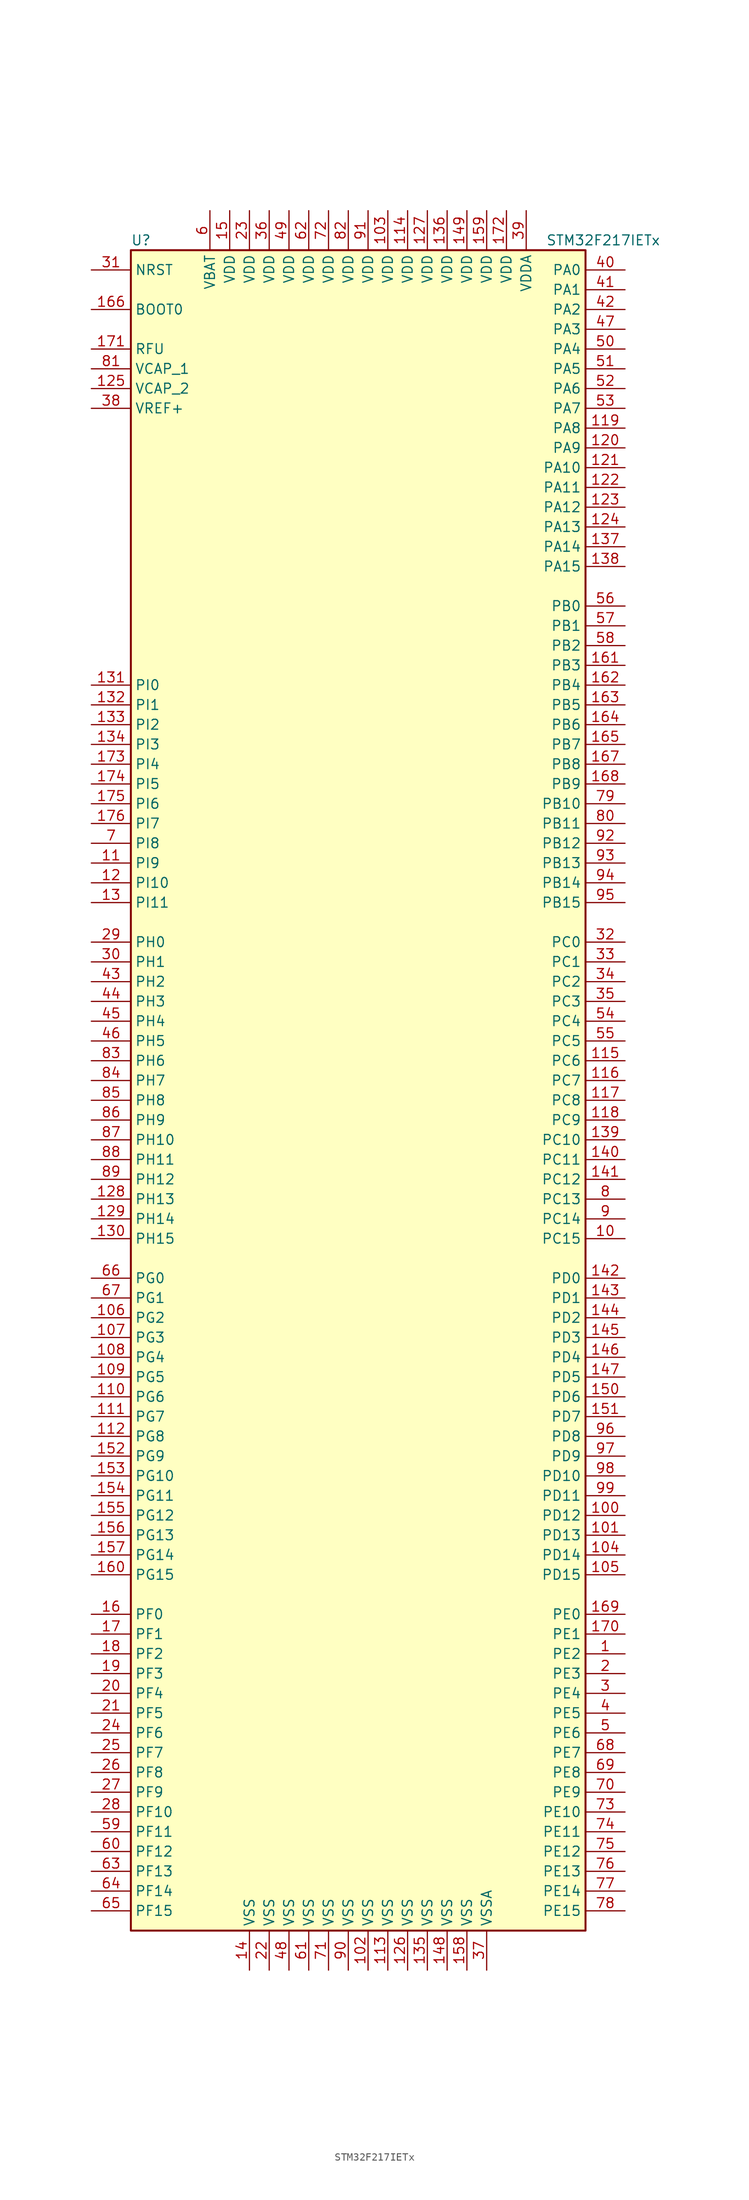
<source format=kicad_sym>
(kicad_symbol_lib
  (version 20201005)
  (generator kicad_symbol_editor)
  (symbol "STM32F217IETx"
    (property "Reference" "U"
      (at -30.48 107.95 0)
      (effects (font (size 1.27 1.27)) (justify left)))
    (property "Value" "STM32F217IETx"
      (at 22.86 107.95 0)
      (effects (font (size 1.27 1.27)) (justify left)))
    (symbol "STM32F217IETx_0_1"
      (rectangle (start -30.48 -109.22) (end 27.94 106.68) (stroke (width 0.254)) (fill (type background))))
    (symbol "STM32F217IETx_1_1"
      (pin bidirectional line (at 33.02 -73.66 180) (length 5.08) (name "PE2" (effects (font (size 1.27 1.27)))) (number "1" (effects (font (size 1.27 1.27)))))
      (pin bidirectional line (at 33.02 -20.32 180) (length 5.08) (name "PC15" (effects (font (size 1.27 1.27)))) (number "10" (effects (font (size 1.27 1.27)))))
      (pin bidirectional line (at 33.02 -55.88 180) (length 5.08) (name "PD12" (effects (font (size 1.27 1.27)))) (number "100" (effects (font (size 1.27 1.27)))))
      (pin bidirectional line (at 33.02 -58.42 180) (length 5.08) (name "PD13" (effects (font (size 1.27 1.27)))) (number "101" (effects (font (size 1.27 1.27)))))
      (pin power_in line (at 0 -114.3 90) (length 5.08) (name "VSS" (effects (font (size 1.27 1.27)))) (number "102" (effects (font (size 1.27 1.27)))))
      (pin power_in line (at 2.54 111.76 270) (length 5.08) (name "VDD" (effects (font (size 1.27 1.27)))) (number "103" (effects (font (size 1.27 1.27)))))
      (pin bidirectional line (at 33.02 -60.96 180) (length 5.08) (name "PD14" (effects (font (size 1.27 1.27)))) (number "104" (effects (font (size 1.27 1.27)))))
      (pin bidirectional line (at 33.02 -63.5 180) (length 5.08) (name "PD15" (effects (font (size 1.27 1.27)))) (number "105" (effects (font (size 1.27 1.27)))))
      (pin bidirectional line (at -35.56 -30.48 0) (length 5.08) (name "PG2" (effects (font (size 1.27 1.27)))) (number "106" (effects (font (size 1.27 1.27)))))
      (pin bidirectional line (at -35.56 -33.02 0) (length 5.08) (name "PG3" (effects (font (size 1.27 1.27)))) (number "107" (effects (font (size 1.27 1.27)))))
      (pin bidirectional line (at -35.56 -35.56 0) (length 5.08) (name "PG4" (effects (font (size 1.27 1.27)))) (number "108" (effects (font (size 1.27 1.27)))))
      (pin bidirectional line (at -35.56 -38.1 0) (length 5.08) (name "PG5" (effects (font (size 1.27 1.27)))) (number "109" (effects (font (size 1.27 1.27)))))
      (pin bidirectional line (at -35.56 27.94 0) (length 5.08) (name "PI9" (effects (font (size 1.27 1.27)))) (number "11" (effects (font (size 1.27 1.27)))))
      (pin bidirectional line (at -35.56 -40.64 0) (length 5.08) (name "PG6" (effects (font (size 1.27 1.27)))) (number "110" (effects (font (size 1.27 1.27)))))
      (pin bidirectional line (at -35.56 -43.18 0) (length 5.08) (name "PG7" (effects (font (size 1.27 1.27)))) (number "111" (effects (font (size 1.27 1.27)))))
      (pin bidirectional line (at -35.56 -45.72 0) (length 5.08) (name "PG8" (effects (font (size 1.27 1.27)))) (number "112" (effects (font (size 1.27 1.27)))))
      (pin power_in line (at 2.54 -114.3 90) (length 5.08) (name "VSS" (effects (font (size 1.27 1.27)))) (number "113" (effects (font (size 1.27 1.27)))))
      (pin power_in line (at 5.08 111.76 270) (length 5.08) (name "VDD" (effects (font (size 1.27 1.27)))) (number "114" (effects (font (size 1.27 1.27)))))
      (pin bidirectional line (at 33.02 2.54 180) (length 5.08) (name "PC6" (effects (font (size 1.27 1.27)))) (number "115" (effects (font (size 1.27 1.27)))))
      (pin bidirectional line (at 33.02 0 180) (length 5.08) (name "PC7" (effects (font (size 1.27 1.27)))) (number "116" (effects (font (size 1.27 1.27)))))
      (pin bidirectional line (at 33.02 -2.54 180) (length 5.08) (name "PC8" (effects (font (size 1.27 1.27)))) (number "117" (effects (font (size 1.27 1.27)))))
      (pin bidirectional line (at 33.02 -5.08 180) (length 5.08) (name "PC9" (effects (font (size 1.27 1.27)))) (number "118" (effects (font (size 1.27 1.27)))))
      (pin bidirectional line (at 33.02 83.82 180) (length 5.08) (name "PA8" (effects (font (size 1.27 1.27)))) (number "119" (effects (font (size 1.27 1.27)))))
      (pin bidirectional line (at -35.56 25.4 0) (length 5.08) (name "PI10" (effects (font (size 1.27 1.27)))) (number "12" (effects (font (size 1.27 1.27)))))
      (pin bidirectional line (at 33.02 81.28 180) (length 5.08) (name "PA9" (effects (font (size 1.27 1.27)))) (number "120" (effects (font (size 1.27 1.27)))))
      (pin bidirectional line (at 33.02 78.74 180) (length 5.08) (name "PA10" (effects (font (size 1.27 1.27)))) (number "121" (effects (font (size 1.27 1.27)))))
      (pin bidirectional line (at 33.02 76.2 180) (length 5.08) (name "PA11" (effects (font (size 1.27 1.27)))) (number "122" (effects (font (size 1.27 1.27)))))
      (pin bidirectional line (at 33.02 73.66 180) (length 5.08) (name "PA12" (effects (font (size 1.27 1.27)))) (number "123" (effects (font (size 1.27 1.27)))))
      (pin bidirectional line (at 33.02 71.12 180) (length 5.08) (name "PA13" (effects (font (size 1.27 1.27)))) (number "124" (effects (font (size 1.27 1.27)))))
      (pin power_in line (at -35.56 88.9 0) (length 5.08) (name "VCAP_2" (effects (font (size 1.27 1.27)))) (number "125" (effects (font (size 1.27 1.27)))))
      (pin power_in line (at 5.08 -114.3 90) (length 5.08) (name "VSS" (effects (font (size 1.27 1.27)))) (number "126" (effects (font (size 1.27 1.27)))))
      (pin power_in line (at 7.62 111.76 270) (length 5.08) (name "VDD" (effects (font (size 1.27 1.27)))) (number "127" (effects (font (size 1.27 1.27)))))
      (pin bidirectional line (at -35.56 -15.24 0) (length 5.08) (name "PH13" (effects (font (size 1.27 1.27)))) (number "128" (effects (font (size 1.27 1.27)))))
      (pin bidirectional line (at -35.56 -17.78 0) (length 5.08) (name "PH14" (effects (font (size 1.27 1.27)))) (number "129" (effects (font (size 1.27 1.27)))))
      (pin bidirectional line (at -35.56 22.86 0) (length 5.08) (name "PI11" (effects (font (size 1.27 1.27)))) (number "13" (effects (font (size 1.27 1.27)))))
      (pin bidirectional line (at -35.56 -20.32 0) (length 5.08) (name "PH15" (effects (font (size 1.27 1.27)))) (number "130" (effects (font (size 1.27 1.27)))))
      (pin bidirectional line (at -35.56 50.8 0) (length 5.08) (name "PI0" (effects (font (size 1.27 1.27)))) (number "131" (effects (font (size 1.27 1.27)))))
      (pin bidirectional line (at -35.56 48.26 0) (length 5.08) (name "PI1" (effects (font (size 1.27 1.27)))) (number "132" (effects (font (size 1.27 1.27)))))
      (pin bidirectional line (at -35.56 45.72 0) (length 5.08) (name "PI2" (effects (font (size 1.27 1.27)))) (number "133" (effects (font (size 1.27 1.27)))))
      (pin bidirectional line (at -35.56 43.18 0) (length 5.08) (name "PI3" (effects (font (size 1.27 1.27)))) (number "134" (effects (font (size 1.27 1.27)))))
      (pin power_in line (at 7.62 -114.3 90) (length 5.08) (name "VSS" (effects (font (size 1.27 1.27)))) (number "135" (effects (font (size 1.27 1.27)))))
      (pin power_in line (at 10.16 111.76 270) (length 5.08) (name "VDD" (effects (font (size 1.27 1.27)))) (number "136" (effects (font (size 1.27 1.27)))))
      (pin bidirectional line (at 33.02 68.58 180) (length 5.08) (name "PA14" (effects (font (size 1.27 1.27)))) (number "137" (effects (font (size 1.27 1.27)))))
      (pin bidirectional line (at 33.02 66.04 180) (length 5.08) (name "PA15" (effects (font (size 1.27 1.27)))) (number "138" (effects (font (size 1.27 1.27)))))
      (pin bidirectional line (at 33.02 -7.62 180) (length 5.08) (name "PC10" (effects (font (size 1.27 1.27)))) (number "139" (effects (font (size 1.27 1.27)))))
      (pin power_in line (at -15.24 -114.3 90) (length 5.08) (name "VSS" (effects (font (size 1.27 1.27)))) (number "14" (effects (font (size 1.27 1.27)))))
      (pin bidirectional line (at 33.02 -10.16 180) (length 5.08) (name "PC11" (effects (font (size 1.27 1.27)))) (number "140" (effects (font (size 1.27 1.27)))))
      (pin bidirectional line (at 33.02 -12.7 180) (length 5.08) (name "PC12" (effects (font (size 1.27 1.27)))) (number "141" (effects (font (size 1.27 1.27)))))
      (pin bidirectional line (at 33.02 -25.4 180) (length 5.08) (name "PD0" (effects (font (size 1.27 1.27)))) (number "142" (effects (font (size 1.27 1.27)))))
      (pin bidirectional line (at 33.02 -27.94 180) (length 5.08) (name "PD1" (effects (font (size 1.27 1.27)))) (number "143" (effects (font (size 1.27 1.27)))))
      (pin bidirectional line (at 33.02 -30.48 180) (length 5.08) (name "PD2" (effects (font (size 1.27 1.27)))) (number "144" (effects (font (size 1.27 1.27)))))
      (pin bidirectional line (at 33.02 -33.02 180) (length 5.08) (name "PD3" (effects (font (size 1.27 1.27)))) (number "145" (effects (font (size 1.27 1.27)))))
      (pin bidirectional line (at 33.02 -35.56 180) (length 5.08) (name "PD4" (effects (font (size 1.27 1.27)))) (number "146" (effects (font (size 1.27 1.27)))))
      (pin bidirectional line (at 33.02 -38.1 180) (length 5.08) (name "PD5" (effects (font (size 1.27 1.27)))) (number "147" (effects (font (size 1.27 1.27)))))
      (pin power_in line (at 10.16 -114.3 90) (length 5.08) (name "VSS" (effects (font (size 1.27 1.27)))) (number "148" (effects (font (size 1.27 1.27)))))
      (pin power_in line (at 12.7 111.76 270) (length 5.08) (name "VDD" (effects (font (size 1.27 1.27)))) (number "149" (effects (font (size 1.27 1.27)))))
      (pin power_in line (at -17.78 111.76 270) (length 5.08) (name "VDD" (effects (font (size 1.27 1.27)))) (number "15" (effects (font (size 1.27 1.27)))))
      (pin bidirectional line (at 33.02 -40.64 180) (length 5.08) (name "PD6" (effects (font (size 1.27 1.27)))) (number "150" (effects (font (size 1.27 1.27)))))
      (pin bidirectional line (at 33.02 -43.18 180) (length 5.08) (name "PD7" (effects (font (size 1.27 1.27)))) (number "151" (effects (font (size 1.27 1.27)))))
      (pin bidirectional line (at -35.56 -48.26 0) (length 5.08) (name "PG9" (effects (font (size 1.27 1.27)))) (number "152" (effects (font (size 1.27 1.27)))))
      (pin bidirectional line (at -35.56 -50.8 0) (length 5.08) (name "PG10" (effects (font (size 1.27 1.27)))) (number "153" (effects (font (size 1.27 1.27)))))
      (pin bidirectional line (at -35.56 -53.34 0) (length 5.08) (name "PG11" (effects (font (size 1.27 1.27)))) (number "154" (effects (font (size 1.27 1.27)))))
      (pin bidirectional line (at -35.56 -55.88 0) (length 5.08) (name "PG12" (effects (font (size 1.27 1.27)))) (number "155" (effects (font (size 1.27 1.27)))))
      (pin bidirectional line (at -35.56 -58.42 0) (length 5.08) (name "PG13" (effects (font (size 1.27 1.27)))) (number "156" (effects (font (size 1.27 1.27)))))
      (pin bidirectional line (at -35.56 -60.96 0) (length 5.08) (name "PG14" (effects (font (size 1.27 1.27)))) (number "157" (effects (font (size 1.27 1.27)))))
      (pin power_in line (at 12.7 -114.3 90) (length 5.08) (name "VSS" (effects (font (size 1.27 1.27)))) (number "158" (effects (font (size 1.27 1.27)))))
      (pin power_in line (at 15.24 111.76 270) (length 5.08) (name "VDD" (effects (font (size 1.27 1.27)))) (number "159" (effects (font (size 1.27 1.27)))))
      (pin bidirectional line (at -35.56 -68.58 0) (length 5.08) (name "PF0" (effects (font (size 1.27 1.27)))) (number "16" (effects (font (size 1.27 1.27)))))
      (pin bidirectional line (at -35.56 -63.5 0) (length 5.08) (name "PG15" (effects (font (size 1.27 1.27)))) (number "160" (effects (font (size 1.27 1.27)))))
      (pin bidirectional line (at 33.02 53.34 180) (length 5.08) (name "PB3" (effects (font (size 1.27 1.27)))) (number "161" (effects (font (size 1.27 1.27)))))
      (pin bidirectional line (at 33.02 50.8 180) (length 5.08) (name "PB4" (effects (font (size 1.27 1.27)))) (number "162" (effects (font (size 1.27 1.27)))))
      (pin bidirectional line (at 33.02 48.26 180) (length 5.08) (name "PB5" (effects (font (size 1.27 1.27)))) (number "163" (effects (font (size 1.27 1.27)))))
      (pin bidirectional line (at 33.02 45.72 180) (length 5.08) (name "PB6" (effects (font (size 1.27 1.27)))) (number "164" (effects (font (size 1.27 1.27)))))
      (pin bidirectional line (at 33.02 43.18 180) (length 5.08) (name "PB7" (effects (font (size 1.27 1.27)))) (number "165" (effects (font (size 1.27 1.27)))))
      (pin input line (at -35.56 99.06 0) (length 5.08) (name "BOOT0" (effects (font (size 1.27 1.27)))) (number "166" (effects (font (size 1.27 1.27)))))
      (pin bidirectional line (at 33.02 40.64 180) (length 5.08) (name "PB8" (effects (font (size 1.27 1.27)))) (number "167" (effects (font (size 1.27 1.27)))))
      (pin bidirectional line (at 33.02 38.1 180) (length 5.08) (name "PB9" (effects (font (size 1.27 1.27)))) (number "168" (effects (font (size 1.27 1.27)))))
      (pin bidirectional line (at 33.02 -68.58 180) (length 5.08) (name "PE0" (effects (font (size 1.27 1.27)))) (number "169" (effects (font (size 1.27 1.27)))))
      (pin bidirectional line (at -35.56 -71.12 0) (length 5.08) (name "PF1" (effects (font (size 1.27 1.27)))) (number "17" (effects (font (size 1.27 1.27)))))
      (pin bidirectional line (at 33.02 -71.12 180) (length 5.08) (name "PE1" (effects (font (size 1.27 1.27)))) (number "170" (effects (font (size 1.27 1.27)))))
      (pin power_in line (at -35.56 93.98 0) (length 5.08) (name "RFU" (effects (font (size 1.27 1.27)))) (number "171" (effects (font (size 1.27 1.27)))))
      (pin power_in line (at 17.78 111.76 270) (length 5.08) (name "VDD" (effects (font (size 1.27 1.27)))) (number "172" (effects (font (size 1.27 1.27)))))
      (pin bidirectional line (at -35.56 40.64 0) (length 5.08) (name "PI4" (effects (font (size 1.27 1.27)))) (number "173" (effects (font (size 1.27 1.27)))))
      (pin bidirectional line (at -35.56 38.1 0) (length 5.08) (name "PI5" (effects (font (size 1.27 1.27)))) (number "174" (effects (font (size 1.27 1.27)))))
      (pin bidirectional line (at -35.56 35.56 0) (length 5.08) (name "PI6" (effects (font (size 1.27 1.27)))) (number "175" (effects (font (size 1.27 1.27)))))
      (pin bidirectional line (at -35.56 33.02 0) (length 5.08) (name "PI7" (effects (font (size 1.27 1.27)))) (number "176" (effects (font (size 1.27 1.27)))))
      (pin bidirectional line (at -35.56 -73.66 0) (length 5.08) (name "PF2" (effects (font (size 1.27 1.27)))) (number "18" (effects (font (size 1.27 1.27)))))
      (pin bidirectional line (at -35.56 -76.2 0) (length 5.08) (name "PF3" (effects (font (size 1.27 1.27)))) (number "19" (effects (font (size 1.27 1.27)))))
      (pin bidirectional line (at 33.02 -76.2 180) (length 5.08) (name "PE3" (effects (font (size 1.27 1.27)))) (number "2" (effects (font (size 1.27 1.27)))))
      (pin bidirectional line (at -35.56 -78.74 0) (length 5.08) (name "PF4" (effects (font (size 1.27 1.27)))) (number "20" (effects (font (size 1.27 1.27)))))
      (pin bidirectional line (at -35.56 -81.28 0) (length 5.08) (name "PF5" (effects (font (size 1.27 1.27)))) (number "21" (effects (font (size 1.27 1.27)))))
      (pin power_in line (at -12.7 -114.3 90) (length 5.08) (name "VSS" (effects (font (size 1.27 1.27)))) (number "22" (effects (font (size 1.27 1.27)))))
      (pin power_in line (at -15.24 111.76 270) (length 5.08) (name "VDD" (effects (font (size 1.27 1.27)))) (number "23" (effects (font (size 1.27 1.27)))))
      (pin bidirectional line (at -35.56 -83.82 0) (length 5.08) (name "PF6" (effects (font (size 1.27 1.27)))) (number "24" (effects (font (size 1.27 1.27)))))
      (pin bidirectional line (at -35.56 -86.36 0) (length 5.08) (name "PF7" (effects (font (size 1.27 1.27)))) (number "25" (effects (font (size 1.27 1.27)))))
      (pin bidirectional line (at -35.56 -88.9 0) (length 5.08) (name "PF8" (effects (font (size 1.27 1.27)))) (number "26" (effects (font (size 1.27 1.27)))))
      (pin bidirectional line (at -35.56 -91.44 0) (length 5.08) (name "PF9" (effects (font (size 1.27 1.27)))) (number "27" (effects (font (size 1.27 1.27)))))
      (pin bidirectional line (at -35.56 -93.98 0) (length 5.08) (name "PF10" (effects (font (size 1.27 1.27)))) (number "28" (effects (font (size 1.27 1.27)))))
      (pin input line (at -35.56 17.78 0) (length 5.08) (name "PH0" (effects (font (size 1.27 1.27)))) (number "29" (effects (font (size 1.27 1.27)))))
      (pin bidirectional line (at 33.02 -78.74 180) (length 5.08) (name "PE4" (effects (font (size 1.27 1.27)))) (number "3" (effects (font (size 1.27 1.27)))))
      (pin input line (at -35.56 15.24 0) (length 5.08) (name "PH1" (effects (font (size 1.27 1.27)))) (number "30" (effects (font (size 1.27 1.27)))))
      (pin input line (at -35.56 104.14 0) (length 5.08) (name "NRST" (effects (font (size 1.27 1.27)))) (number "31" (effects (font (size 1.27 1.27)))))
      (pin bidirectional line (at 33.02 17.78 180) (length 5.08) (name "PC0" (effects (font (size 1.27 1.27)))) (number "32" (effects (font (size 1.27 1.27)))))
      (pin bidirectional line (at 33.02 15.24 180) (length 5.08) (name "PC1" (effects (font (size 1.27 1.27)))) (number "33" (effects (font (size 1.27 1.27)))))
      (pin bidirectional line (at 33.02 12.7 180) (length 5.08) (name "PC2" (effects (font (size 1.27 1.27)))) (number "34" (effects (font (size 1.27 1.27)))))
      (pin bidirectional line (at 33.02 10.16 180) (length 5.08) (name "PC3" (effects (font (size 1.27 1.27)))) (number "35" (effects (font (size 1.27 1.27)))))
      (pin power_in line (at -12.7 111.76 270) (length 5.08) (name "VDD" (effects (font (size 1.27 1.27)))) (number "36" (effects (font (size 1.27 1.27)))))
      (pin power_in line (at 15.24 -114.3 90) (length 5.08) (name "VSSA" (effects (font (size 1.27 1.27)))) (number "37" (effects (font (size 1.27 1.27)))))
      (pin power_in line (at -35.56 86.36 0) (length 5.08) (name "VREF+" (effects (font (size 1.27 1.27)))) (number "38" (effects (font (size 1.27 1.27)))))
      (pin power_in line (at 20.32 111.76 270) (length 5.08) (name "VDDA" (effects (font (size 1.27 1.27)))) (number "39" (effects (font (size 1.27 1.27)))))
      (pin bidirectional line (at 33.02 -81.28 180) (length 5.08) (name "PE5" (effects (font (size 1.27 1.27)))) (number "4" (effects (font (size 1.27 1.27)))))
      (pin bidirectional line (at 33.02 104.14 180) (length 5.08) (name "PA0" (effects (font (size 1.27 1.27)))) (number "40" (effects (font (size 1.27 1.27)))))
      (pin bidirectional line (at 33.02 101.6 180) (length 5.08) (name "PA1" (effects (font (size 1.27 1.27)))) (number "41" (effects (font (size 1.27 1.27)))))
      (pin bidirectional line (at 33.02 99.06 180) (length 5.08) (name "PA2" (effects (font (size 1.27 1.27)))) (number "42" (effects (font (size 1.27 1.27)))))
      (pin bidirectional line (at -35.56 12.7 0) (length 5.08) (name "PH2" (effects (font (size 1.27 1.27)))) (number "43" (effects (font (size 1.27 1.27)))))
      (pin bidirectional line (at -35.56 10.16 0) (length 5.08) (name "PH3" (effects (font (size 1.27 1.27)))) (number "44" (effects (font (size 1.27 1.27)))))
      (pin bidirectional line (at -35.56 7.62 0) (length 5.08) (name "PH4" (effects (font (size 1.27 1.27)))) (number "45" (effects (font (size 1.27 1.27)))))
      (pin bidirectional line (at -35.56 5.08 0) (length 5.08) (name "PH5" (effects (font (size 1.27 1.27)))) (number "46" (effects (font (size 1.27 1.27)))))
      (pin bidirectional line (at 33.02 96.52 180) (length 5.08) (name "PA3" (effects (font (size 1.27 1.27)))) (number "47" (effects (font (size 1.27 1.27)))))
      (pin power_in line (at -10.16 -114.3 90) (length 5.08) (name "VSS" (effects (font (size 1.27 1.27)))) (number "48" (effects (font (size 1.27 1.27)))))
      (pin power_in line (at -10.16 111.76 270) (length 5.08) (name "VDD" (effects (font (size 1.27 1.27)))) (number "49" (effects (font (size 1.27 1.27)))))
      (pin bidirectional line (at 33.02 -83.82 180) (length 5.08) (name "PE6" (effects (font (size 1.27 1.27)))) (number "5" (effects (font (size 1.27 1.27)))))
      (pin bidirectional line (at 33.02 93.98 180) (length 5.08) (name "PA4" (effects (font (size 1.27 1.27)))) (number "50" (effects (font (size 1.27 1.27)))))
      (pin bidirectional line (at 33.02 91.44 180) (length 5.08) (name "PA5" (effects (font (size 1.27 1.27)))) (number "51" (effects (font (size 1.27 1.27)))))
      (pin bidirectional line (at 33.02 88.9 180) (length 5.08) (name "PA6" (effects (font (size 1.27 1.27)))) (number "52" (effects (font (size 1.27 1.27)))))
      (pin bidirectional line (at 33.02 86.36 180) (length 5.08) (name "PA7" (effects (font (size 1.27 1.27)))) (number "53" (effects (font (size 1.27 1.27)))))
      (pin bidirectional line (at 33.02 7.62 180) (length 5.08) (name "PC4" (effects (font (size 1.27 1.27)))) (number "54" (effects (font (size 1.27 1.27)))))
      (pin bidirectional line (at 33.02 5.08 180) (length 5.08) (name "PC5" (effects (font (size 1.27 1.27)))) (number "55" (effects (font (size 1.27 1.27)))))
      (pin bidirectional line (at 33.02 60.96 180) (length 5.08) (name "PB0" (effects (font (size 1.27 1.27)))) (number "56" (effects (font (size 1.27 1.27)))))
      (pin bidirectional line (at 33.02 58.42 180) (length 5.08) (name "PB1" (effects (font (size 1.27 1.27)))) (number "57" (effects (font (size 1.27 1.27)))))
      (pin bidirectional line (at 33.02 55.88 180) (length 5.08) (name "PB2" (effects (font (size 1.27 1.27)))) (number "58" (effects (font (size 1.27 1.27)))))
      (pin bidirectional line (at -35.56 -96.52 0) (length 5.08) (name "PF11" (effects (font (size 1.27 1.27)))) (number "59" (effects (font (size 1.27 1.27)))))
      (pin power_in line (at -20.32 111.76 270) (length 5.08) (name "VBAT" (effects (font (size 1.27 1.27)))) (number "6" (effects (font (size 1.27 1.27)))))
      (pin bidirectional line (at -35.56 -99.06 0) (length 5.08) (name "PF12" (effects (font (size 1.27 1.27)))) (number "60" (effects (font (size 1.27 1.27)))))
      (pin power_in line (at -7.62 -114.3 90) (length 5.08) (name "VSS" (effects (font (size 1.27 1.27)))) (number "61" (effects (font (size 1.27 1.27)))))
      (pin power_in line (at -7.62 111.76 270) (length 5.08) (name "VDD" (effects (font (size 1.27 1.27)))) (number "62" (effects (font (size 1.27 1.27)))))
      (pin bidirectional line (at -35.56 -101.6 0) (length 5.08) (name "PF13" (effects (font (size 1.27 1.27)))) (number "63" (effects (font (size 1.27 1.27)))))
      (pin bidirectional line (at -35.56 -104.14 0) (length 5.08) (name "PF14" (effects (font (size 1.27 1.27)))) (number "64" (effects (font (size 1.27 1.27)))))
      (pin bidirectional line (at -35.56 -106.68 0) (length 5.08) (name "PF15" (effects (font (size 1.27 1.27)))) (number "65" (effects (font (size 1.27 1.27)))))
      (pin bidirectional line (at -35.56 -25.4 0) (length 5.08) (name "PG0" (effects (font (size 1.27 1.27)))) (number "66" (effects (font (size 1.27 1.27)))))
      (pin bidirectional line (at -35.56 -27.94 0) (length 5.08) (name "PG1" (effects (font (size 1.27 1.27)))) (number "67" (effects (font (size 1.27 1.27)))))
      (pin bidirectional line (at 33.02 -86.36 180) (length 5.08) (name "PE7" (effects (font (size 1.27 1.27)))) (number "68" (effects (font (size 1.27 1.27)))))
      (pin bidirectional line (at 33.02 -88.9 180) (length 5.08) (name "PE8" (effects (font (size 1.27 1.27)))) (number "69" (effects (font (size 1.27 1.27)))))
      (pin bidirectional line (at -35.56 30.48 0) (length 5.08) (name "PI8" (effects (font (size 1.27 1.27)))) (number "7" (effects (font (size 1.27 1.27)))))
      (pin bidirectional line (at 33.02 -91.44 180) (length 5.08) (name "PE9" (effects (font (size 1.27 1.27)))) (number "70" (effects (font (size 1.27 1.27)))))
      (pin power_in line (at -5.08 -114.3 90) (length 5.08) (name "VSS" (effects (font (size 1.27 1.27)))) (number "71" (effects (font (size 1.27 1.27)))))
      (pin power_in line (at -5.08 111.76 270) (length 5.08) (name "VDD" (effects (font (size 1.27 1.27)))) (number "72" (effects (font (size 1.27 1.27)))))
      (pin bidirectional line (at 33.02 -93.98 180) (length 5.08) (name "PE10" (effects (font (size 1.27 1.27)))) (number "73" (effects (font (size 1.27 1.27)))))
      (pin bidirectional line (at 33.02 -96.52 180) (length 5.08) (name "PE11" (effects (font (size 1.27 1.27)))) (number "74" (effects (font (size 1.27 1.27)))))
      (pin bidirectional line (at 33.02 -99.06 180) (length 5.08) (name "PE12" (effects (font (size 1.27 1.27)))) (number "75" (effects (font (size 1.27 1.27)))))
      (pin bidirectional line (at 33.02 -101.6 180) (length 5.08) (name "PE13" (effects (font (size 1.27 1.27)))) (number "76" (effects (font (size 1.27 1.27)))))
      (pin bidirectional line (at 33.02 -104.14 180) (length 5.08) (name "PE14" (effects (font (size 1.27 1.27)))) (number "77" (effects (font (size 1.27 1.27)))))
      (pin bidirectional line (at 33.02 -106.68 180) (length 5.08) (name "PE15" (effects (font (size 1.27 1.27)))) (number "78" (effects (font (size 1.27 1.27)))))
      (pin bidirectional line (at 33.02 35.56 180) (length 5.08) (name "PB10" (effects (font (size 1.27 1.27)))) (number "79" (effects (font (size 1.27 1.27)))))
      (pin bidirectional line (at 33.02 -15.24 180) (length 5.08) (name "PC13" (effects (font (size 1.27 1.27)))) (number "8" (effects (font (size 1.27 1.27)))))
      (pin bidirectional line (at 33.02 33.02 180) (length 5.08) (name "PB11" (effects (font (size 1.27 1.27)))) (number "80" (effects (font (size 1.27 1.27)))))
      (pin power_in line (at -35.56 91.44 0) (length 5.08) (name "VCAP_1" (effects (font (size 1.27 1.27)))) (number "81" (effects (font (size 1.27 1.27)))))
      (pin power_in line (at -2.54 111.76 270) (length 5.08) (name "VDD" (effects (font (size 1.27 1.27)))) (number "82" (effects (font (size 1.27 1.27)))))
      (pin bidirectional line (at -35.56 2.54 0) (length 5.08) (name "PH6" (effects (font (size 1.27 1.27)))) (number "83" (effects (font (size 1.27 1.27)))))
      (pin bidirectional line (at -35.56 0 0) (length 5.08) (name "PH7" (effects (font (size 1.27 1.27)))) (number "84" (effects (font (size 1.27 1.27)))))
      (pin bidirectional line (at -35.56 -2.54 0) (length 5.08) (name "PH8" (effects (font (size 1.27 1.27)))) (number "85" (effects (font (size 1.27 1.27)))))
      (pin bidirectional line (at -35.56 -5.08 0) (length 5.08) (name "PH9" (effects (font (size 1.27 1.27)))) (number "86" (effects (font (size 1.27 1.27)))))
      (pin bidirectional line (at -35.56 -7.62 0) (length 5.08) (name "PH10" (effects (font (size 1.27 1.27)))) (number "87" (effects (font (size 1.27 1.27)))))
      (pin bidirectional line (at -35.56 -10.16 0) (length 5.08) (name "PH11" (effects (font (size 1.27 1.27)))) (number "88" (effects (font (size 1.27 1.27)))))
      (pin bidirectional line (at -35.56 -12.7 0) (length 5.08) (name "PH12" (effects (font (size 1.27 1.27)))) (number "89" (effects (font (size 1.27 1.27)))))
      (pin bidirectional line (at 33.02 -17.78 180) (length 5.08) (name "PC14" (effects (font (size 1.27 1.27)))) (number "9" (effects (font (size 1.27 1.27)))))
      (pin power_in line (at -2.54 -114.3 90) (length 5.08) (name "VSS" (effects (font (size 1.27 1.27)))) (number "90" (effects (font (size 1.27 1.27)))))
      (pin power_in line (at 0 111.76 270) (length 5.08) (name "VDD" (effects (font (size 1.27 1.27)))) (number "91" (effects (font (size 1.27 1.27)))))
      (pin bidirectional line (at 33.02 30.48 180) (length 5.08) (name "PB12" (effects (font (size 1.27 1.27)))) (number "92" (effects (font (size 1.27 1.27)))))
      (pin bidirectional line (at 33.02 27.94 180) (length 5.08) (name "PB13" (effects (font (size 1.27 1.27)))) (number "93" (effects (font (size 1.27 1.27)))))
      (pin bidirectional line (at 33.02 25.4 180) (length 5.08) (name "PB14" (effects (font (size 1.27 1.27)))) (number "94" (effects (font (size 1.27 1.27)))))
      (pin bidirectional line (at 33.02 22.86 180) (length 5.08) (name "PB15" (effects (font (size 1.27 1.27)))) (number "95" (effects (font (size 1.27 1.27)))))
      (pin bidirectional line (at 33.02 -45.72 180) (length 5.08) (name "PD8" (effects (font (size 1.27 1.27)))) (number "96" (effects (font (size 1.27 1.27)))))
      (pin bidirectional line (at 33.02 -48.26 180) (length 5.08) (name "PD9" (effects (font (size 1.27 1.27)))) (number "97" (effects (font (size 1.27 1.27)))))
      (pin bidirectional line (at 33.02 -50.8 180) (length 5.08) (name "PD10" (effects (font (size 1.27 1.27)))) (number "98" (effects (font (size 1.27 1.27)))))
      (pin bidirectional line (at 33.02 -53.34 180) (length 5.08) (name "PD11" (effects (font (size 1.27 1.27)))) (number "99" (effects (font (size 1.27 1.27))))))))
</source>
